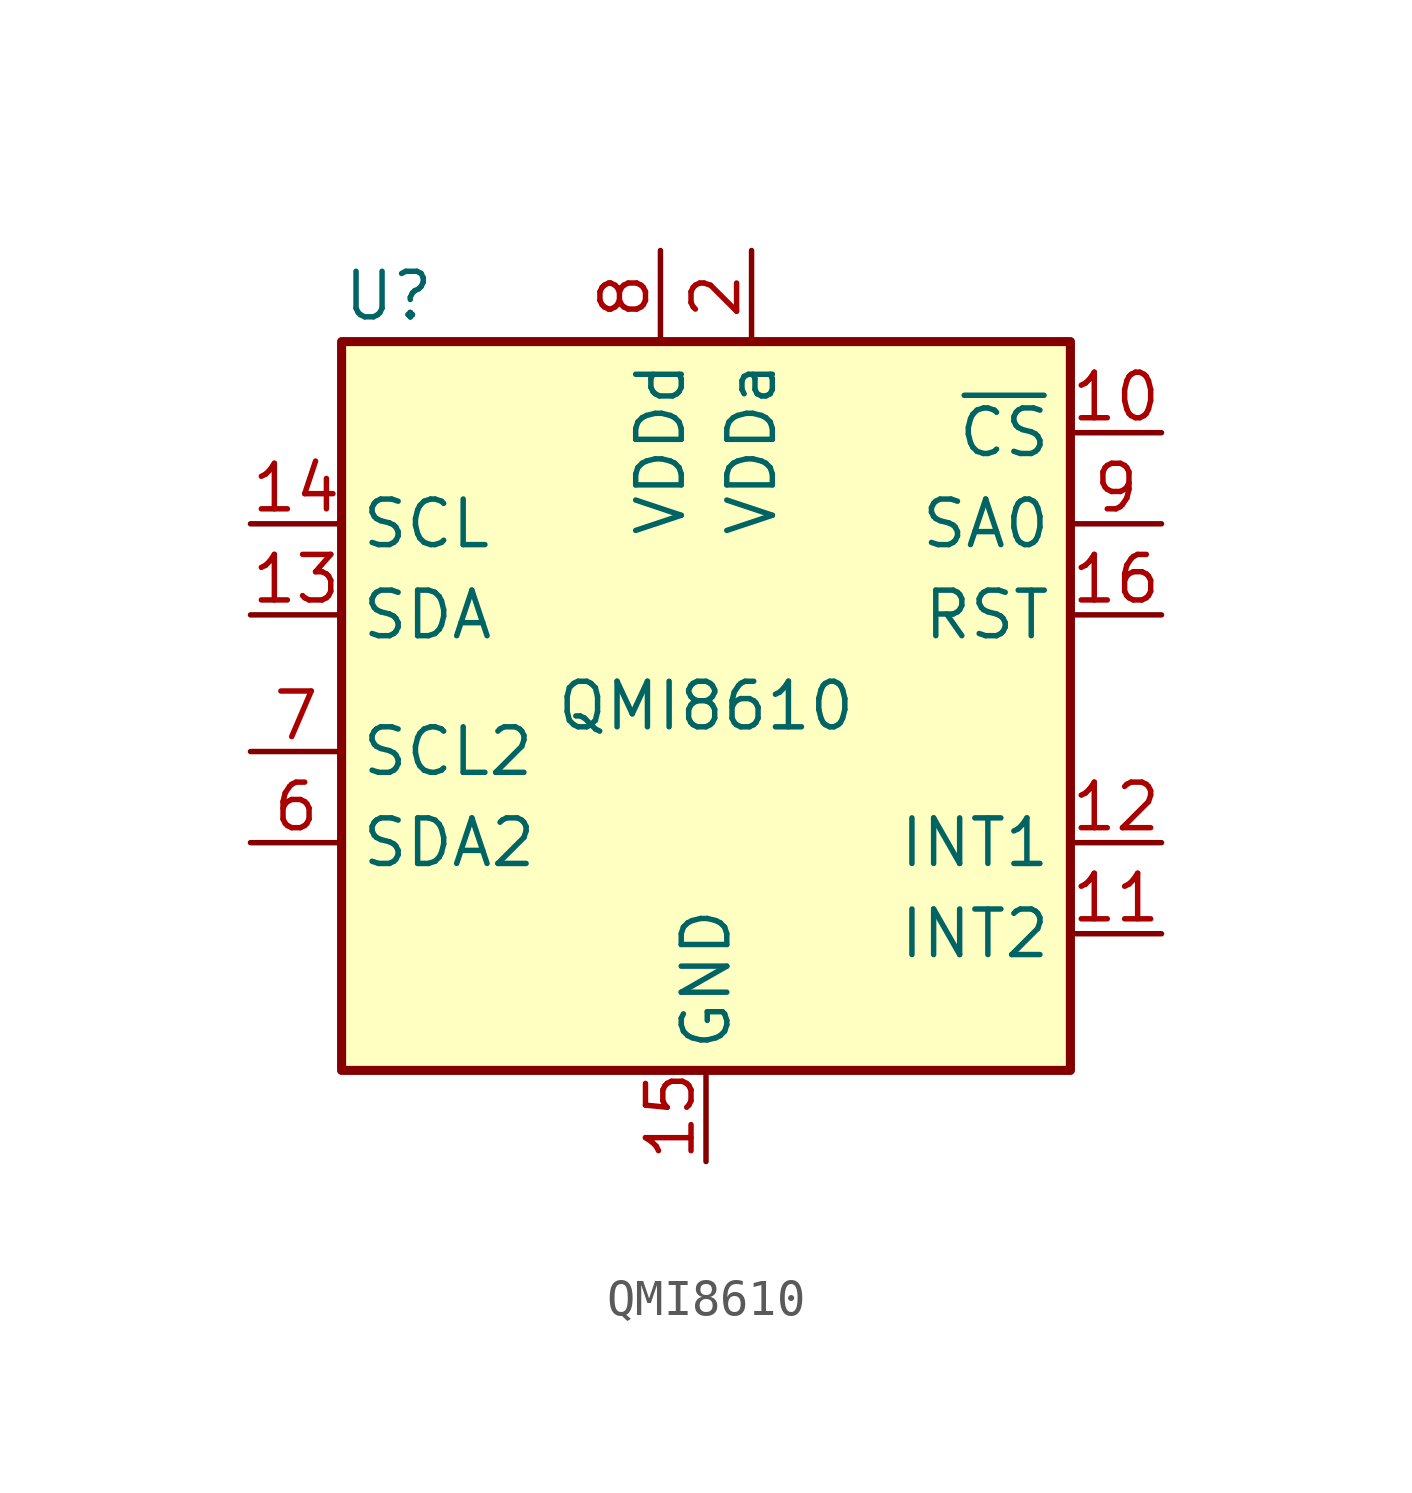
<source format=kicad_sym>
(kicad_symbol_lib
  (version 20211014)
  (generator kicad_symbol_editor)
  (symbol "QMI8610"
    (property "Reference" "U"
      (at -10.16 11.43 0)
      (effects (font (size 1.27 1.27)) (justify left)))
    (property "Value" "QMI8610"
      (at 0 0 0)
      (effects (font (size 1.27 1.27))))
    (symbol "QMI8610_0_1"
      (rectangle (start -10.16 10.16) (end 10.16 -10.16) (stroke (width 0.254) (type default) (color 0 0 0 0)) (fill (type background))))
    (symbol "QMI8610_1_1"
      (pin passive line (at 0 -12.7 90) (length 2.54) hide (name "GND" (effects (font (size 1.27 1.27)))) (number "1" (effects (font (size 1.27 1.27)))))
      (pin passive line (at 0 -12.7 90) (length 2.54) hide (name "RESV3" (effects (font (size 1.27 1.27)))) (number "1" (effects (font (size 1.27 1.27)))))
      (pin input line (at 12.7 7.62 180) (length 2.54) (name "~{CS}" (effects (font (size 1.27 1.27)))) (number "10" (effects (font (size 1.27 1.27)))))
      (pin output line (at 12.7 -6.35 180) (length 2.54) (name "INT2" (effects (font (size 1.27 1.27)))) (number "11" (effects (font (size 1.27 1.27)))))
      (pin output line (at 12.7 -3.81 180) (length 2.54) (name "INT1" (effects (font (size 1.27 1.27)))) (number "12" (effects (font (size 1.27 1.27)))))
      (pin bidirectional line (at -12.7 2.54 0) (length 2.54) (name "SDA" (effects (font (size 1.27 1.27)))) (number "13" (effects (font (size 1.27 1.27)))))
      (pin input line (at -12.7 5.08 0) (length 2.54) (name "SCL" (effects (font (size 1.27 1.27)))) (number "14" (effects (font (size 1.27 1.27)))))
      (pin power_in line (at 0 -12.7 90) (length 2.54) (name "GND" (effects (font (size 1.27 1.27)))) (number "15" (effects (font (size 1.27 1.27)))))
      (pin input line (at 12.7 2.54 180) (length 2.54) (name "RST" (effects (font (size 1.27 1.27)))) (number "16" (effects (font (size 1.27 1.27)))))
      (pin power_in line (at 1.27 12.7 270) (length 2.54) (name "VDDa" (effects (font (size 1.27 1.27)))) (number "2" (effects (font (size 1.27 1.27)))))
      (pin passive line (at 0 -12.7 90) (length 2.54) hide (name "GND" (effects (font (size 1.27 1.27)))) (number "3" (effects (font (size 1.27 1.27)))))
      (pin no_connect line (at -12.7 -8.89 0) (length 2.54) hide (name "RESV2" (effects (font (size 1.27 1.27)))) (number "4" (effects (font (size 1.27 1.27)))))
      (pin no_connect line (at -12.7 -6.35 0) (length 2.54) hide (name "RESV1" (effects (font (size 1.27 1.27)))) (number "5" (effects (font (size 1.27 1.27)))))
      (pin passive line (at -12.7 -3.81 0) (length 2.54) (name "SDA2" (effects (font (size 1.27 1.27)))) (number "6" (effects (font (size 1.27 1.27)))))
      (pin bidirectional line (at -12.7 -1.27 0) (length 2.54) (name "SCL2" (effects (font (size 1.27 1.27)))) (number "7" (effects (font (size 1.27 1.27)))))
      (pin power_in line (at -1.27 12.7 270) (length 2.54) (name "VDDd" (effects (font (size 1.27 1.27)))) (number "8" (effects (font (size 1.27 1.27)))))
      (pin input line (at 12.7 5.08 180) (length 2.54) (name "SA0" (effects (font (size 1.27 1.27)))) (number "9" (effects (font (size 1.27 1.27))))))))
</source>
